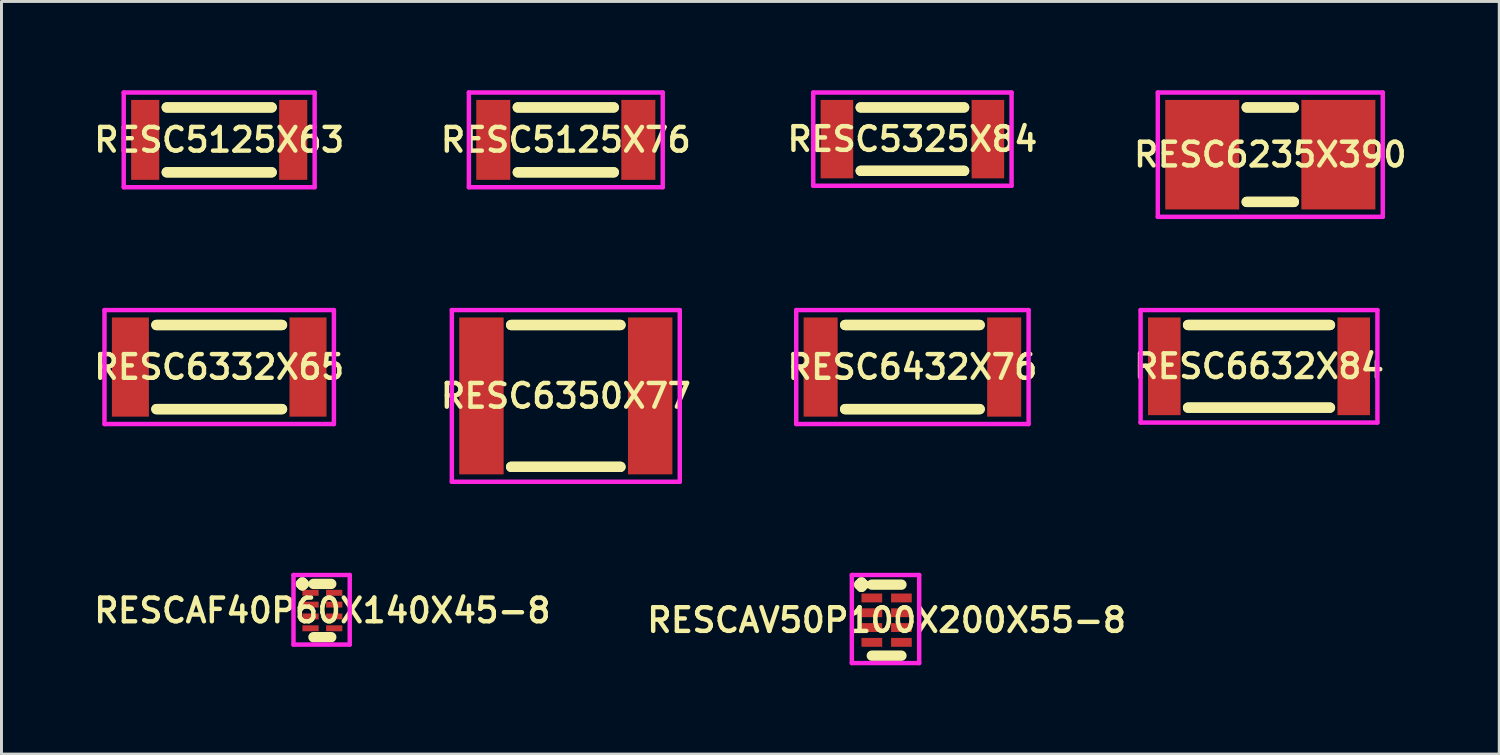
<source format=kicad_pcb>
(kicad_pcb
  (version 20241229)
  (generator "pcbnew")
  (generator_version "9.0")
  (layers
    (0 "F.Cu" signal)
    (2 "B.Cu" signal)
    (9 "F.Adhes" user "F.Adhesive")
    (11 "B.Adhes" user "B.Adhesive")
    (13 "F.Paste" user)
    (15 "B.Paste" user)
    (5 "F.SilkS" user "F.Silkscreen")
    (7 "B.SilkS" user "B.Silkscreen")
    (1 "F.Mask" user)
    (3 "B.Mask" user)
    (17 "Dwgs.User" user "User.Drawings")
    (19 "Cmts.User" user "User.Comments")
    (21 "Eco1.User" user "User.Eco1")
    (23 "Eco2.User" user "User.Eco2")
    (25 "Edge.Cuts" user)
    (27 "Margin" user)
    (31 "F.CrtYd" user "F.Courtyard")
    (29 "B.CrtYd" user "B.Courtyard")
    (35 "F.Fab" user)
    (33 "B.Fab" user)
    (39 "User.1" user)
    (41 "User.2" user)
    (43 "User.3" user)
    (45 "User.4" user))
  (footprint "RESC5125X63"
    (layer "F.Cu")
    (at 4.355 1.675)
    (property "Reference" "RESC5125X63" (at 0 0 0) (layer "F.SilkS") (effects (font (size 0.8 0.8) (thickness 0.15))))
    (attr smd)
    (fp_line (start -1.771 -1.096) (end 1.771 -1.096) (stroke (width 0.35) (type solid)) (layer "F.SilkS"))
    (fp_line (start -1.771 1.096) (end 1.771 1.096) (stroke (width 0.35) (type solid)) (layer "F.SilkS"))
    (fp_line (start 1.771 -1.096) (end -1.771 -1.096) (stroke (width 0.35) (type solid)) (layer "F.SilkS"))
    (fp_line (start 1.771 1.096) (end -1.771 1.096) (stroke (width 0.35) (type solid)) (layer "F.SilkS"))
    (fp_line (start -3.225 -1.6) (end 3.225 -1.6) (stroke (width 0.15) (type solid)) (layer "F.CrtYd"))
    (fp_line (start -3.225 1.6) (end -3.225 -1.6) (stroke (width 0.15) (type solid)) (layer "F.CrtYd"))
    (fp_line (start 3.225 -1.6) (end 3.225 1.6) (stroke (width 0.15) (type solid)) (layer "F.CrtYd"))
    (fp_line (start 3.225 1.6) (end -3.225 1.6) (stroke (width 0.15) (type solid)) (layer "F.CrtYd"))
    (pad "1" smd rect (at -2.5 0) (size 0.95 2.7) (layers "F.Cu" "F.Mask" "F.Paste"))
    (pad "2" smd rect (at 2.5 0) (size 0.95 2.7) (layers "F.Cu" "F.Mask" "F.Paste")))
  (footprint "RESCAV50P100X200X55-8"
    (layer "F.Cu")
    (at 26.902 17.9)
    (property "Reference" "RESCAV50P100X200X55-8" (at 0 0 0) (layer "F.SilkS") (effects (font (size 0.8 0.8) (thickness 0.15))))
    (attr smd)
    (fp_line (start -0.925 -1.2) (end -0.85 -1.275) (stroke (width 0.35) (type solid)) (layer "F.SilkS"))
    (fp_line (start -0.85 -1.275) (end -0.775 -1.2) (stroke (width 0.35) (type solid)) (layer "F.SilkS"))
    (fp_line (start -0.85 -1.125) (end -0.925 -1.2) (stroke (width 0.35) (type solid)) (layer "F.SilkS"))
    (fp_line (start -0.775 -1.2) (end -0.85 -1.125) (stroke (width 0.35) (type solid)) (layer "F.SilkS"))
    (fp_line (start -0.5 -1.2) (end 0.5 -1.2) (stroke (width 0.35) (type solid)) (layer "F.SilkS"))
    (fp_line (start -0.5 1.2) (end 0.5 1.2) (stroke (width 0.35) (type solid)) (layer "F.SilkS"))
    (fp_line (start -1.175 -1.525) (end 1.1 -1.525) (stroke (width 0.15) (type solid)) (layer "F.CrtYd"))
    (fp_line (start -1.175 1.45) (end -1.175 -1.525) (stroke (width 0.15) (type solid)) (layer "F.CrtYd"))
    (fp_line (start 1.1 -1.525) (end 1.1 1.45) (stroke (width 0.15) (type solid)) (layer "F.CrtYd"))
    (fp_line (start 1.1 1.45) (end -1.175 1.45) (stroke (width 0.15) (type solid)) (layer "F.CrtYd"))
    (pad "1" smd rect (at -0.5 -0.75) (size 0.7 0.3) (layers "F.Cu" "F.Mask" "F.Paste"))
    (pad "2" smd rect (at -0.5 -0.25) (size 0.7 0.3) (layers "F.Cu" "F.Mask" "F.Paste"))
    (pad "3" smd rect (at -0.5 0.25) (size 0.7 0.3) (layers "F.Cu" "F.Mask" "F.Paste"))
    (pad "4" smd rect (at -0.5 0.75) (size 0.7 0.3) (layers "F.Cu" "F.Mask" "F.Paste"))
    (pad "5" smd rect (at 0.5 0.75) (size 0.7 0.3) (layers "F.Cu" "F.Mask" "F.Paste"))
    (pad "6" smd rect (at 0.5 0.25) (size 0.7 0.3) (layers "F.Cu" "F.Mask" "F.Paste"))
    (pad "7" smd rect (at 0.5 -0.25) (size 0.7 0.3) (layers "F.Cu" "F.Mask" "F.Paste"))
    (pad "8" smd rect (at 0.5 -0.75) (size 0.7 0.3) (layers "F.Cu" "F.Mask" "F.Paste")))
  (footprint "RESC6332X65"
    (layer "F.Cu")
    (at 4.355 9.35)
    (property "Reference" "RESC6332X65" (at 0 0 0) (layer "F.SilkS") (effects (font (size 0.8 0.8) (thickness 0.15))))
    (attr smd)
    (fp_line (start -2.121 -1.421) (end 2.121 -1.421) (stroke (width 0.35) (type solid)) (layer "F.SilkS"))
    (fp_line (start -2.121 1.421) (end 2.121 1.421) (stroke (width 0.35) (type solid)) (layer "F.SilkS"))
    (fp_line (start 2.121 -1.421) (end -2.121 -1.421) (stroke (width 0.35) (type solid)) (layer "F.SilkS"))
    (fp_line (start 2.121 1.421) (end -2.121 1.421) (stroke (width 0.35) (type solid)) (layer "F.SilkS"))
    (fp_line (start -3.875 -1.925) (end 3.875 -1.925) (stroke (width 0.15) (type solid)) (layer "F.CrtYd"))
    (fp_line (start -3.875 1.925) (end -3.875 -1.925) (stroke (width 0.15) (type solid)) (layer "F.CrtYd"))
    (fp_line (start 3.875 -1.925) (end 3.875 1.925) (stroke (width 0.15) (type solid)) (layer "F.CrtYd"))
    (fp_line (start 3.875 1.925) (end -3.875 1.925) (stroke (width 0.15) (type solid)) (layer "F.CrtYd"))
    (pad "1" smd rect (at -3 0) (size 1.25 3.35) (layers "F.Cu" "F.Mask" "F.Paste"))
    (pad "2" smd rect (at 3 0) (size 1.25 3.35) (layers "F.Cu" "F.Mask" "F.Paste")))
  (footprint "RESC6350X77"
    (layer "F.Cu")
    (at 16.064 10.325)
    (property "Reference" "RESC6350X77" (at 0 0 0) (layer "F.SilkS") (effects (font (size 0.8 0.8) (thickness 0.15))))
    (attr smd)
    (fp_line (start -1.846 -2.396) (end 1.846 -2.396) (stroke (width 0.35) (type solid)) (layer "F.SilkS"))
    (fp_line (start -1.846 2.396) (end 1.846 2.396) (stroke (width 0.35) (type solid)) (layer "F.SilkS"))
    (fp_line (start 1.846 -2.396) (end -1.846 -2.396) (stroke (width 0.35) (type solid)) (layer "F.SilkS"))
    (fp_line (start 1.846 2.396) (end -1.846 2.396) (stroke (width 0.35) (type solid)) (layer "F.SilkS"))
    (fp_line (start -3.85 -2.9) (end 3.85 -2.9) (stroke (width 0.15) (type solid)) (layer "F.CrtYd"))
    (fp_line (start -3.85 2.9) (end -3.85 -2.9) (stroke (width 0.15) (type solid)) (layer "F.CrtYd"))
    (fp_line (start 3.85 -2.9) (end 3.85 2.9) (stroke (width 0.15) (type solid)) (layer "F.CrtYd"))
    (fp_line (start 3.85 2.9) (end -3.85 2.9) (stroke (width 0.15) (type solid)) (layer "F.CrtYd"))
    (pad "1" smd rect (at -2.85 0) (size 1.5 5.3) (layers "F.Cu" "F.Mask" "F.Paste"))
    (pad "2" smd rect (at 2.85 0) (size 1.5 5.3) (layers "F.Cu" "F.Mask" "F.Paste")))
  (footprint "RESC6432X76"
    (layer "F.Cu")
    (at 27.773 9.35)
    (property "Reference" "RESC6432X76" (at 0 0 0) (layer "F.SilkS") (effects (font (size 0.8 0.8) (thickness 0.15))))
    (attr smd)
    (fp_line (start -2.271 -1.421) (end 2.271 -1.421) (stroke (width 0.35) (type solid)) (layer "F.SilkS"))
    (fp_line (start -2.271 1.421) (end 2.271 1.421) (stroke (width 0.35) (type solid)) (layer "F.SilkS"))
    (fp_line (start 2.271 -1.421) (end -2.271 -1.421) (stroke (width 0.35) (type solid)) (layer "F.SilkS"))
    (fp_line (start 2.271 1.421) (end -2.271 1.421) (stroke (width 0.35) (type solid)) (layer "F.SilkS"))
    (fp_line (start -3.925 -1.925) (end 3.925 -1.925) (stroke (width 0.15) (type solid)) (layer "F.CrtYd"))
    (fp_line (start -3.925 1.925) (end -3.925 -1.925) (stroke (width 0.15) (type solid)) (layer "F.CrtYd"))
    (fp_line (start 3.925 -1.925) (end 3.925 1.925) (stroke (width 0.15) (type solid)) (layer "F.CrtYd"))
    (fp_line (start 3.925 1.925) (end -3.925 1.925) (stroke (width 0.15) (type solid)) (layer "F.CrtYd"))
    (pad "1" smd rect (at -3.1 0) (size 1.15 3.35) (layers "F.Cu" "F.Mask" "F.Paste"))
    (pad "2" smd rect (at 3.1 0) (size 1.15 3.35) (layers "F.Cu" "F.Mask" "F.Paste")))
  (footprint "RESC6235X390"
    (layer "F.Cu")
    (at 39.863 2.175)
    (property "Reference" "RESC6235X390" (at 0 0 0) (layer "F.SilkS") (effects (font (size 0.8 0.8) (thickness 0.15))))
    (attr smd)
    (fp_line (start -0.796 -1.596) (end 0.796 -1.596) (stroke (width 0.35) (type solid)) (layer "F.SilkS"))
    (fp_line (start -0.796 1.596) (end 0.796 1.596) (stroke (width 0.35) (type solid)) (layer "F.SilkS"))
    (fp_line (start 0.796 -1.596) (end -0.796 -1.596) (stroke (width 0.35) (type solid)) (layer "F.SilkS"))
    (fp_line (start 0.796 1.596) (end -0.796 1.596) (stroke (width 0.35) (type solid)) (layer "F.SilkS"))
    (fp_line (start -3.8 -2.1) (end 3.8 -2.1) (stroke (width 0.15) (type solid)) (layer "F.CrtYd"))
    (fp_line (start -3.8 2.1) (end -3.8 -2.1) (stroke (width 0.15) (type solid)) (layer "F.CrtYd"))
    (fp_line (start 3.8 -2.1) (end 3.8 2.1) (stroke (width 0.15) (type solid)) (layer "F.CrtYd"))
    (fp_line (start 3.8 2.1) (end -3.8 2.1) (stroke (width 0.15) (type solid)) (layer "F.CrtYd"))
    (pad "1" smd rect (at -2.3 0) (size 2.5 3.7) (layers "F.Cu" "F.Mask" "F.Paste"))
    (pad "2" smd rect (at 2.3 0) (size 2.5 3.7) (layers "F.Cu" "F.Mask" "F.Paste")))
  (footprint "RESCAF40P60X140X45-8"
    (layer "F.Cu")
    (at 7.84 17.575)
    (property "Reference" "RESCAF40P60X140X45-8" (at 0 0 0) (layer "F.SilkS") (effects (font (size 0.8 0.8) (thickness 0.15))))
    (attr smd)
    (fp_line (start -0.725 -0.9) (end -0.675 -0.95) (stroke (width 0.35) (type solid)) (layer "F.SilkS"))
    (fp_line (start -0.675 -0.95) (end -0.625 -0.9) (stroke (width 0.35) (type solid)) (layer "F.SilkS"))
    (fp_line (start -0.675 -0.85) (end -0.725 -0.9) (stroke (width 0.35) (type solid)) (layer "F.SilkS"))
    (fp_line (start -0.625 -0.9) (end -0.675 -0.85) (stroke (width 0.35) (type solid)) (layer "F.SilkS"))
    (fp_line (start -0.3 -0.9) (end 0.3 -0.9) (stroke (width 0.35) (type solid)) (layer "F.SilkS"))
    (fp_line (start -0.3 0.9) (end 0.3 0.9) (stroke (width 0.35) (type solid)) (layer "F.SilkS"))
    (fp_line (start -0.975 -1.2) (end 0.925 -1.2) (stroke (width 0.15) (type solid)) (layer "F.CrtYd"))
    (fp_line (start -0.975 1.15) (end -0.975 -1.2) (stroke (width 0.15) (type solid)) (layer "F.CrtYd"))
    (fp_line (start 0.925 -1.2) (end 0.925 1.15) (stroke (width 0.15) (type solid)) (layer "F.CrtYd"))
    (fp_line (start 0.925 1.15) (end -0.975 1.15) (stroke (width 0.15) (type solid)) (layer "F.CrtYd"))
    (pad "1" smd rect (at -0.4 -0.6) (size 0.55 0.2) (layers "F.Cu" "F.Mask" "F.Paste"))
    (pad "2" smd rect (at -0.4 -0.2) (size 0.55 0.2) (layers "F.Cu" "F.Mask" "F.Paste"))
    (pad "3" smd rect (at -0.4 0.2) (size 0.55 0.2) (layers "F.Cu" "F.Mask" "F.Paste"))
    (pad "4" smd rect (at -0.4 0.6) (size 0.55 0.2) (layers "F.Cu" "F.Mask" "F.Paste"))
    (pad "5" smd rect (at 0.4 0.6) (size 0.55 0.2) (layers "F.Cu" "F.Mask" "F.Paste"))
    (pad "6" smd rect (at 0.4 0.2) (size 0.55 0.2) (layers "F.Cu" "F.Mask" "F.Paste"))
    (pad "7" smd rect (at 0.4 -0.2) (size 0.55 0.2) (layers "F.Cu" "F.Mask" "F.Paste"))
    (pad "8" smd rect (at 0.4 -0.6) (size 0.55 0.2) (layers "F.Cu" "F.Mask" "F.Paste")))
  (footprint "RESC5125X76"
    (layer "F.Cu")
    (at 16.064 1.675)
    (property "Reference" "RESC5125X76" (at 0 0 0) (layer "F.SilkS") (effects (font (size 0.8 0.8) (thickness 0.15))))
    (attr smd)
    (fp_line (start -1.621 -1.096) (end 1.621 -1.096) (stroke (width 0.35) (type solid)) (layer "F.SilkS"))
    (fp_line (start -1.621 1.096) (end 1.621 1.096) (stroke (width 0.35) (type solid)) (layer "F.SilkS"))
    (fp_line (start 1.621 -1.096) (end -1.621 -1.096) (stroke (width 0.35) (type solid)) (layer "F.SilkS"))
    (fp_line (start 1.621 1.096) (end -1.621 1.096) (stroke (width 0.35) (type solid)) (layer "F.SilkS"))
    (fp_line (start -3.275 -1.6) (end 3.275 -1.6) (stroke (width 0.15) (type solid)) (layer "F.CrtYd"))
    (fp_line (start -3.275 1.6) (end -3.275 -1.6) (stroke (width 0.15) (type solid)) (layer "F.CrtYd"))
    (fp_line (start 3.275 -1.6) (end 3.275 1.6) (stroke (width 0.15) (type solid)) (layer "F.CrtYd"))
    (fp_line (start 3.275 1.6) (end -3.275 1.6) (stroke (width 0.15) (type solid)) (layer "F.CrtYd"))
    (pad "1" smd rect (at -2.45 0) (size 1.15 2.7) (layers "F.Cu" "F.Mask" "F.Paste"))
    (pad "2" smd rect (at 2.45 0) (size 1.15 2.7) (layers "F.Cu" "F.Mask" "F.Paste")))
  (footprint "RESC6632X84"
    (layer "F.Cu")
    (at 39.482 9.325)
    (property "Reference" "RESC6632X84" (at 0 0 0) (layer "F.SilkS") (effects (font (size 0.8 0.8) (thickness 0.15))))
    (attr smd)
    (fp_line (start -2.396 -1.396) (end 2.396 -1.396) (stroke (width 0.35) (type solid)) (layer "F.SilkS"))
    (fp_line (start -2.396 1.396) (end 2.396 1.396) (stroke (width 0.35) (type solid)) (layer "F.SilkS"))
    (fp_line (start 2.396 -1.396) (end -2.396 -1.396) (stroke (width 0.35) (type solid)) (layer "F.SilkS"))
    (fp_line (start 2.396 1.396) (end -2.396 1.396) (stroke (width 0.35) (type solid)) (layer "F.SilkS"))
    (fp_line (start -4 -1.9) (end 4 -1.9) (stroke (width 0.15) (type solid)) (layer "F.CrtYd"))
    (fp_line (start -4 1.9) (end -4 -1.9) (stroke (width 0.15) (type solid)) (layer "F.CrtYd"))
    (fp_line (start 4 -1.9) (end 4 1.9) (stroke (width 0.15) (type solid)) (layer "F.CrtYd"))
    (fp_line (start 4 1.9) (end -4 1.9) (stroke (width 0.15) (type solid)) (layer "F.CrtYd"))
    (pad "1" smd rect (at -3.2 0) (size 1.1 3.3) (layers "F.Cu" "F.Mask" "F.Paste"))
    (pad "2" smd rect (at 3.2 0) (size 1.1 3.3) (layers "F.Cu" "F.Mask" "F.Paste")))
  (footprint "RESC5325X84"
    (layer "F.Cu")
    (at 27.773 1.65)
    (property "Reference" "RESC5325X84" (at 0 0 0) (layer "F.SilkS") (effects (font (size 0.8 0.8) (thickness 0.15))))
    (attr smd)
    (fp_line (start -1.746 -1.071) (end 1.746 -1.071) (stroke (width 0.35) (type solid)) (layer "F.SilkS"))
    (fp_line (start -1.746 1.071) (end 1.746 1.071) (stroke (width 0.35) (type solid)) (layer "F.SilkS"))
    (fp_line (start 1.746 -1.071) (end -1.746 -1.071) (stroke (width 0.35) (type solid)) (layer "F.SilkS"))
    (fp_line (start 1.746 1.071) (end -1.746 1.071) (stroke (width 0.35) (type solid)) (layer "F.SilkS"))
    (fp_line (start -3.35 -1.575) (end 3.35 -1.575) (stroke (width 0.15) (type solid)) (layer "F.CrtYd"))
    (fp_line (start -3.35 1.575) (end -3.35 -1.575) (stroke (width 0.15) (type solid)) (layer "F.CrtYd"))
    (fp_line (start 3.35 -1.575) (end 3.35 1.575) (stroke (width 0.15) (type solid)) (layer "F.CrtYd"))
    (fp_line (start 3.35 1.575) (end -3.35 1.575) (stroke (width 0.15) (type solid)) (layer "F.CrtYd"))
    (pad "1" smd rect (at -2.55 0) (size 1.1 2.65) (layers "F.Cu" "F.Mask" "F.Paste"))
    (pad "2" smd rect (at 2.55 0) (size 1.1 2.65) (layers "F.Cu" "F.Mask" "F.Paste")))
  (gr_rect
    (start -3 -3)
    (end 47.598 22.425)
    (stroke (width 0.1) (type default))
    (fill no)
    (layer "Edge.Cuts")))
</source>
